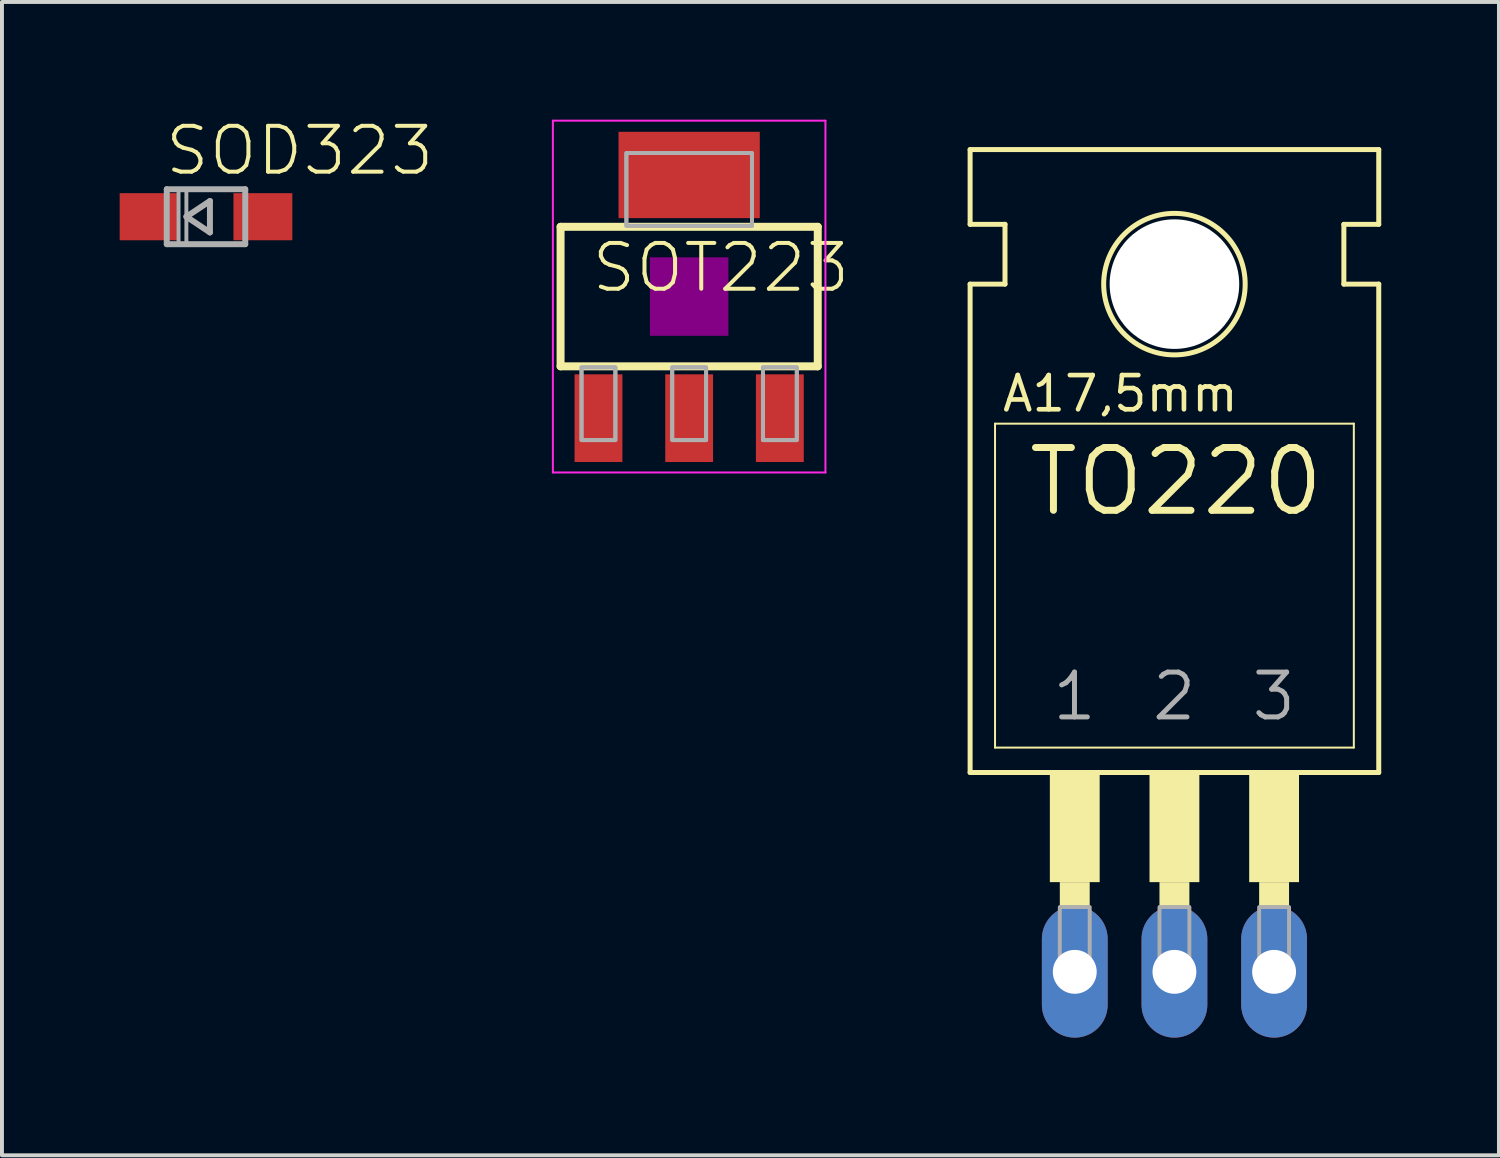
<source format=kicad_pcb>
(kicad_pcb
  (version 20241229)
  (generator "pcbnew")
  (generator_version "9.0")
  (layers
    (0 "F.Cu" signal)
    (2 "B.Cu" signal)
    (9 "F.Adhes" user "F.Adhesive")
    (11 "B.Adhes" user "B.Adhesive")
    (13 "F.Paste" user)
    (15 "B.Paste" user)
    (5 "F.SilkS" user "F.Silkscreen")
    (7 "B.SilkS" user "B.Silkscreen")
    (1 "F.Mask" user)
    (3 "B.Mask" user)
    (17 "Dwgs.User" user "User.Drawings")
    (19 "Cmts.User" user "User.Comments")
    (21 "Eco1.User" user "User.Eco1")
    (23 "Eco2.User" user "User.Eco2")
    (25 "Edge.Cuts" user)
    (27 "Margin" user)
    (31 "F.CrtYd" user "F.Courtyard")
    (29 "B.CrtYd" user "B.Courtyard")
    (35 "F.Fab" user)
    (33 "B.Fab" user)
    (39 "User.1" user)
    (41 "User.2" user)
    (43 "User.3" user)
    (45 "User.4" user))
  (footprint "SOT223"
    (layer "F.Cu")
    (at 14.513 4.508)
    (property "Reference" "SOT223" (at -2.54 -0.051 0) (layer "F.SilkS") (effects (font (size 1.168 1.168) (thickness 0.102)) (justify left bottom)))
    (fp_line (start -3.277 -1.778) (end 3.277 -1.778) (stroke (width 0.203) (type solid)) (layer "F.SilkS"))
    (fp_line (start -3.277 1.778) (end -3.277 -1.778) (stroke (width 0.203) (type solid)) (layer "F.SilkS"))
    (fp_line (start 3.277 -1.778) (end 3.277 1.778) (stroke (width 0.203) (type solid)) (layer "F.SilkS"))
    (fp_line (start 3.277 1.778) (end -3.277 1.778) (stroke (width 0.203) (type solid)) (layer "F.SilkS"))
    (fp_poly (pts (xy -1 1) (xy 1 1) (xy 1 -1) (xy -1 -1)) (stroke (width 0) (type default)) (fill yes) (layer "F.Adhes"))
    (fp_line (start -3.473 -4.483) (end 3.473 -4.483) (stroke (width 0.051) (type solid)) (layer "F.CrtYd"))
    (fp_line (start -3.473 4.483) (end -3.473 -4.483) (stroke (width 0.051) (type solid)) (layer "F.CrtYd"))
    (fp_line (start 3.473 -4.483) (end 3.473 4.483) (stroke (width 0.051) (type solid)) (layer "F.CrtYd"))
    (fp_line (start 3.473 4.483) (end -3.473 4.483) (stroke (width 0.051) (type solid)) (layer "F.CrtYd"))
    (fp_poly (pts (xy -2.743 3.658) (xy -1.88 3.658) (xy -1.88 1.803) (xy -2.743 1.803)) (stroke (width 0.1) (type default)) (fill no) (layer "F.Fab"))
    (fp_poly (pts (xy -2.743 3.658) (xy -1.88 3.658) (xy -1.88 1.803) (xy -2.743 1.803)) (stroke (width 0.1) (type default)) (fill no) (layer "F.Fab"))
    (fp_poly (pts (xy -1.6 -1.803) (xy 1.6 -1.803) (xy 1.6 -3.658) (xy -1.6 -3.658)) (stroke (width 0.1) (type default)) (fill no) (layer "F.Fab"))
    (fp_poly (pts (xy -1.6 -1.803) (xy 1.6 -1.803) (xy 1.6 -3.658) (xy -1.6 -3.658)) (stroke (width 0.1) (type default)) (fill no) (layer "F.Fab"))
    (fp_poly (pts (xy -0.432 3.658) (xy 0.432 3.658) (xy 0.432 1.803) (xy -0.432 1.803)) (stroke (width 0.1) (type default)) (fill no) (layer "F.Fab"))
    (fp_poly (pts (xy -0.432 3.658) (xy 0.432 3.658) (xy 0.432 1.803) (xy -0.432 1.803)) (stroke (width 0.1) (type default)) (fill no) (layer "F.Fab"))
    (fp_poly (pts (xy 1.88 3.658) (xy 2.743 3.658) (xy 2.743 1.803) (xy 1.88 1.803)) (stroke (width 0.1) (type default)) (fill no) (layer "F.Fab"))
    (fp_poly (pts (xy 1.88 3.658) (xy 2.743 3.658) (xy 2.743 1.803) (xy 1.88 1.803)) (stroke (width 0.1) (type default)) (fill no) (layer "F.Fab"))
    (pad "1" smd rect (at -2.311 3.099) (size 1.219 2.235) (layers "F.Cu" "F.Mask" "F.Paste"))
    (pad "2" smd rect (at 0 3.099) (size 1.219 2.235) (layers "F.Cu" "F.Mask" "F.Paste"))
    (pad "3" smd rect (at 2.311 3.099) (size 1.219 2.235) (layers "F.Cu" "F.Mask" "F.Paste"))
    (pad "4" smd rect (at 0 -3.099) (size 3.6 2.2) (layers "F.Cu" "F.Mask" "F.Paste")))
  (footprint "TO220"
    (layer "F.Cu")
    (at 26.88 15.367)
    (property "Reference" "TO220" (at -3.81 -5.207 0) (layer "F.SilkS") (effects (font (size 1.6 1.6) (thickness 0.178)) (justify left bottom)))
    (fp_line (start -5.207 -12.7) (end -5.207 -14.605) (stroke (width 0.127) (type solid)) (layer "F.SilkS"))
    (fp_line (start -5.207 -11.176) (end -4.318 -11.176) (stroke (width 0.127) (type solid)) (layer "F.SilkS"))
    (fp_line (start -5.207 1.27) (end -5.207 -11.176) (stroke (width 0.127) (type solid)) (layer "F.SilkS"))
    (fp_line (start -5.207 1.27) (end 5.207 1.27) (stroke (width 0.127) (type solid)) (layer "F.SilkS"))
    (fp_line (start -4.572 0.635) (end -4.572 -7.62) (stroke (width 0.051) (type solid)) (layer "F.SilkS"))
    (fp_line (start -4.572 0.635) (end 4.572 0.635) (stroke (width 0.051) (type solid)) (layer "F.SilkS"))
    (fp_line (start -4.318 -12.7) (end -5.207 -12.7) (stroke (width 0.127) (type solid)) (layer "F.SilkS"))
    (fp_line (start -4.318 -11.176) (end -4.318 -12.7) (stroke (width 0.127) (type solid)) (layer "F.SilkS"))
    (fp_line (start 4.318 -12.7) (end 5.207 -12.7) (stroke (width 0.127) (type solid)) (layer "F.SilkS"))
    (fp_line (start 4.318 -11.176) (end 4.318 -12.7) (stroke (width 0.127) (type solid)) (layer "F.SilkS"))
    (fp_line (start 4.572 -7.62) (end -4.572 -7.62) (stroke (width 0.051) (type solid)) (layer "F.SilkS"))
    (fp_line (start 4.572 -7.62) (end 4.572 0.635) (stroke (width 0.051) (type solid)) (layer "F.SilkS"))
    (fp_line (start 5.207 -14.605) (end -5.207 -14.605) (stroke (width 0.127) (type solid)) (layer "F.SilkS"))
    (fp_line (start 5.207 -12.7) (end 5.207 -14.605) (stroke (width 0.127) (type solid)) (layer "F.SilkS"))
    (fp_line (start 5.207 -11.176) (end 4.318 -11.176) (stroke (width 0.127) (type solid)) (layer "F.SilkS"))
    (fp_line (start 5.207 1.27) (end 5.207 -11.176) (stroke (width 0.127) (type solid)) (layer "F.SilkS"))
    (fp_circle (center 0 -11.176) (end 1.803 -11.176) (stroke (width 0.127) (type solid)) (fill no) (layer "F.SilkS"))
    (fp_poly (pts (xy -3.175 4.064) (xy -1.905 4.064) (xy -1.905 1.27) (xy -3.175 1.27)) (stroke (width 0) (type default)) (fill yes) (layer "F.SilkS"))
    (fp_poly (pts (xy -2.921 4.699) (xy -2.159 4.699) (xy -2.159 4.064) (xy -2.921 4.064)) (stroke (width 0) (type default)) (fill yes) (layer "F.SilkS"))
    (fp_poly (pts (xy -0.635 4.064) (xy 0.635 4.064) (xy 0.635 1.27) (xy -0.635 1.27)) (stroke (width 0) (type default)) (fill yes) (layer "F.SilkS"))
    (fp_poly (pts (xy -0.381 4.699) (xy 0.381 4.699) (xy 0.381 4.064) (xy -0.381 4.064)) (stroke (width 0) (type default)) (fill yes) (layer "F.SilkS"))
    (fp_poly (pts (xy 1.905 4.064) (xy 3.175 4.064) (xy 3.175 1.27) (xy 1.905 1.27)) (stroke (width 0) (type default)) (fill yes) (layer "F.SilkS"))
    (fp_poly (pts (xy 2.159 4.699) (xy 2.921 4.699) (xy 2.921 4.064) (xy 2.159 4.064)) (stroke (width 0) (type default)) (fill yes) (layer "F.SilkS"))
    (fp_poly (pts (xy -2.921 6.604) (xy -2.159 6.604) (xy -2.159 4.699) (xy -2.921 4.699)) (stroke (width 0.1) (type default)) (fill no) (layer "F.Fab"))
    (fp_poly (pts (xy -0.381 6.604) (xy 0.381 6.604) (xy 0.381 4.699) (xy -0.381 4.699)) (stroke (width 0.1) (type default)) (fill no) (layer "F.Fab"))
    (fp_poly (pts (xy 2.159 6.604) (xy 2.921 6.604) (xy 2.921 4.699) (xy 2.159 4.699)) (stroke (width 0.1) (type default)) (fill no) (layer "F.Fab"))
    (fp_text user "A17,5mm" (at -4.445 -7.874 0) (layer "F.SilkS") (effects (font (size 0.872 0.872) (thickness 0.119)) (justify left bottom)))
    (fp_text user "2" (at -0.635 0 0) (layer "F.Fab") (effects (font (size 1.143 1.143) (thickness 0.127)) (justify left bottom)))
    (fp_text user "1" (at -3.175 0 0) (layer "F.Fab") (effects (font (size 1.143 1.143) (thickness 0.127)) (justify left bottom)))
    (fp_text user "3" (at 1.905 0 0) (layer "F.Fab") (effects (font (size 1.143 1.143) (thickness 0.127)) (justify left bottom)))
    (pad "" np_thru_hole circle (at 0 -11.176) (size 3.302 3.302) (drill 3.302) (layers "*.Cu" "*.Mask"))
    (pad "1" thru_hole oval (at -2.54 6.35 90) (size 3.353 1.676) (drill 1.118) (layers "*.Cu" "*.Mask"))
    (pad "2" thru_hole oval (at 0 6.35 90) (size 3.353 1.676) (drill 1.118) (layers "*.Cu" "*.Mask"))
    (pad "3" thru_hole oval (at 2.54 6.35 90) (size 3.353 1.676) (drill 1.118) (layers "*.Cu" "*.Mask"))
    (zone (net_name "") (layers "F.Cu" "B.Cu") (hatch edge 0.5) (connect_pads) (min_thickness 0.25) (filled_areas_thickness no) (keepout (tracks allowed) (vias not_allowed) (pads allowed) (copperpour allowed) (footprints allowed)) (placement (enabled no)) (fill) (polygon (pts (xy 31.071 4.191) (xy 31.051 3.78) (xy 30.99 3.373) (xy 30.89 2.974) (xy 30.752 2.587) (xy 30.576 2.215) (xy 30.365 1.863) (xy 30.12 1.532) (xy 29.843 1.228) (xy 29.539 0.951) (xy 29.208 0.706) (xy 28.856 0.495) (xy 28.484 0.319) (xy 28.097 0.18) (xy 27.698 0.081) (xy 27.291 0.02) (xy 26.88 0) (xy 26.469 0.02) (xy 26.062 0.081) (xy 25.663 0.18) (xy 25.276 0.319) (xy 24.904 0.495) (xy 24.552 0.706) (xy 24.221 0.951) (xy 23.916 1.228) (xy 23.64 1.532) (xy 23.395 1.863) (xy 23.184 2.215) (xy 23.008 2.587) (xy 22.869 2.974) (xy 22.769 3.373) (xy 22.709 3.78) (xy 22.689 4.191) (xy 22.709 4.602) (xy 22.769 5.009) (xy 22.869 5.408) (xy 23.008 5.795) (xy 23.184 6.167) (xy 23.395 6.519) (xy 23.64 6.85) (xy 23.916 7.154) (xy 24.221 7.431) (xy 24.552 7.676) (xy 24.904 7.887) (xy 25.276 8.063) (xy 25.663 8.202) (xy 26.062 8.301) (xy 26.469 8.362) (xy 26.88 8.382) (xy 27.291 8.362) (xy 27.698 8.301) (xy 28.097 8.202) (xy 28.484 8.063) (xy 28.856 7.887) (xy 29.208 7.676) (xy 29.539 7.431) (xy 29.843 7.154) (xy 30.12 6.85) (xy 30.365 6.519) (xy 30.576 6.167) (xy 30.752 5.795) (xy 30.89 5.408) (xy 30.99 5.009) (xy 31.051 4.602))))
    (zone (net_name "") (layer "B.Cu") (hatch edge 0.5) (connect_pads) (min_thickness 0.25) (filled_areas_thickness no) (keepout (tracks not_allowed) (vias not_allowed) (pads not_allowed) (copperpour not_allowed) (footprints allowed)) (placement (enabled no)) (fill) (polygon (pts (xy 31.071 4.191) (xy 31.051 3.78) (xy 30.99 3.373) (xy 30.89 2.974) (xy 30.752 2.587) (xy 30.576 2.215) (xy 30.365 1.863) (xy 30.12 1.532) (xy 29.843 1.228) (xy 29.539 0.951) (xy 29.208 0.706) (xy 28.856 0.495) (xy 28.484 0.319) (xy 28.097 0.18) (xy 27.698 0.081) (xy 27.291 0.02) (xy 26.88 0) (xy 26.469 0.02) (xy 26.062 0.081) (xy 25.663 0.18) (xy 25.276 0.319) (xy 24.904 0.495) (xy 24.552 0.706) (xy 24.221 0.951) (xy 23.916 1.228) (xy 23.64 1.532) (xy 23.395 1.863) (xy 23.184 2.215) (xy 23.008 2.587) (xy 22.869 2.974) (xy 22.769 3.373) (xy 22.709 3.78) (xy 22.689 4.191) (xy 22.709 4.602) (xy 22.769 5.009) (xy 22.869 5.408) (xy 23.008 5.795) (xy 23.184 6.167) (xy 23.395 6.519) (xy 23.64 6.85) (xy 23.916 7.154) (xy 24.221 7.431) (xy 24.552 7.676) (xy 24.904 7.887) (xy 25.276 8.063) (xy 25.663 8.202) (xy 26.062 8.301) (xy 26.469 8.362) (xy 26.88 8.382) (xy 27.291 8.362) (xy 27.698 8.301) (xy 28.097 8.202) (xy 28.484 8.063) (xy 28.856 7.887) (xy 29.208 7.676) (xy 29.539 7.431) (xy 29.843 7.154) (xy 30.12 6.85) (xy 30.365 6.519) (xy 30.576 6.167) (xy 30.752 5.795) (xy 30.89 5.408) (xy 30.99 5.009) (xy 31.051 4.602)))))
  (footprint "SOD323"
    (layer "F.Cu")
    (at 2.2 2.473)
    (property "Reference" "SOD323" (at -1.1 -1 0) (layer "F.SilkS") (effects (font (size 1.168 1.168) (thickness 0.102)) (justify left bottom)))
    (fp_line (start -1 -0.7) (end 1 -0.7) (stroke (width 0.152) (type solid)) (layer "F.Fab"))
    (fp_line (start -1 0.7) (end -1 -0.7) (stroke (width 0.152) (type solid)) (layer "F.Fab"))
    (fp_line (start -0.5 0) (end 0.1 -0.4) (stroke (width 0.152) (type solid)) (layer "F.Fab"))
    (fp_line (start 0.1 -0.4) (end 0.1 0.4) (stroke (width 0.152) (type solid)) (layer "F.Fab"))
    (fp_line (start 0.1 0.4) (end -0.5 0) (stroke (width 0.152) (type solid)) (layer "F.Fab"))
    (fp_line (start 1 -0.7) (end 1 0.7) (stroke (width 0.152) (type solid)) (layer "F.Fab"))
    (fp_line (start 1 0.7) (end -1 0.7) (stroke (width 0.152) (type solid)) (layer "F.Fab"))
    (fp_poly (pts (xy -0.7 0.7) (xy -0.5 0.7) (xy -0.5 -0.7) (xy -0.7 -0.7)) (stroke (width 0.1) (type default)) (fill no) (layer "F.Fab"))
    (pad "1" smd rect (at -1.45 0) (size 1.5 1.2) (layers "F.Cu" "F.Mask" "F.Paste"))
    (pad "2" smd rect (at 1.45 0) (size 1.5 1.2) (layers "F.Cu" "F.Mask" "F.Paste")))
  (gr_rect
    (start -3 -3)
    (end 35.15 26.393)
    (stroke (width 0.1) (type default))
    (fill no)
    (layer "Edge.Cuts")))
</source>
